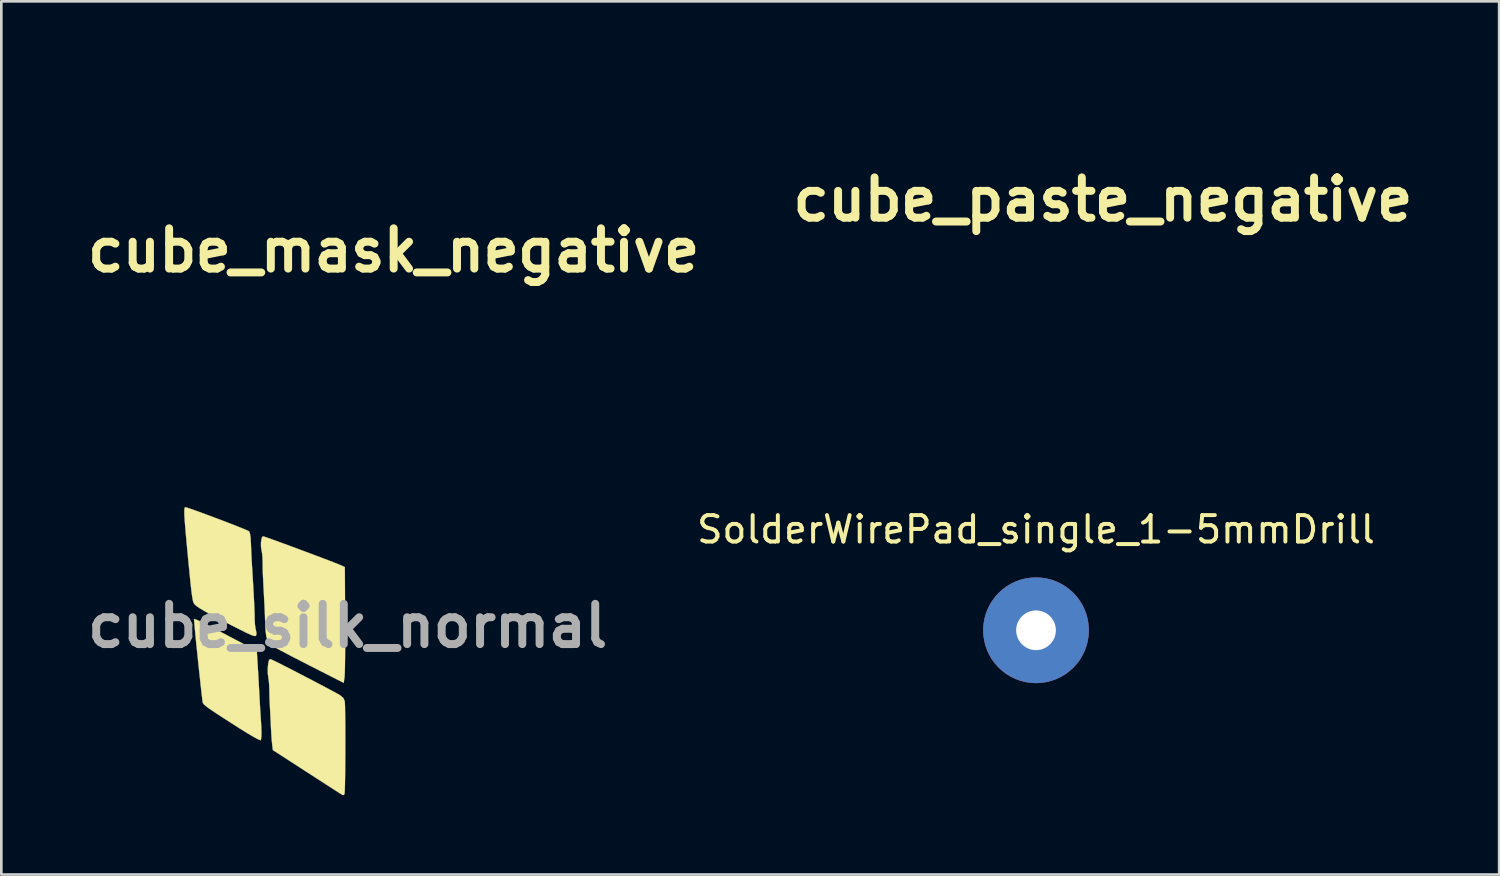
<source format=kicad_pcb>
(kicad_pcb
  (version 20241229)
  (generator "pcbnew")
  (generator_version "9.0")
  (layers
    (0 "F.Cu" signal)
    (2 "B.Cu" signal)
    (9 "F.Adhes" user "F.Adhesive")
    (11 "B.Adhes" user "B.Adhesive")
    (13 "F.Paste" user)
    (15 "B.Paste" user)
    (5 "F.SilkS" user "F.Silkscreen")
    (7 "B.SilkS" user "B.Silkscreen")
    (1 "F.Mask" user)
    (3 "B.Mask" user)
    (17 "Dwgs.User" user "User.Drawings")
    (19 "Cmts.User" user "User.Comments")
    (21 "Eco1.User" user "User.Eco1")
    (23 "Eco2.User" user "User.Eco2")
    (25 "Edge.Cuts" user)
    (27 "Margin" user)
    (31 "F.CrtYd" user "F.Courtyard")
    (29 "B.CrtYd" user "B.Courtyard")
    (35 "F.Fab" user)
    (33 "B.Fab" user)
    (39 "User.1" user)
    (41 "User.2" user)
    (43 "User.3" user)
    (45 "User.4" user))
  (footprint "cube_paste_negative"
    (layer "F.Cu")
    (at 34.845 4.492)
    (property "Reference" "cube_paste_negative" (at 3.81 0 0) (layer "F.SilkS") (effects (font (size 1.524 1.524) (thickness 0.3))))
    (attr through_hole)
    (fp_poly (pts (xy 3.329 2.022) (xy 3.316 2.343) (xy 3.297 2.713) (xy 3.275 3.097) (xy 3.252 3.462) (xy 3.238 3.663) (xy 3.219 3.928) (xy 3.202 4.169) (xy 3.189 4.371) (xy 3.18 4.52) (xy 3.176 4.601) (xy 3.176 4.605) (xy 3.163 4.647) (xy 3.12 4.7) (xy 3.039 4.771) (xy 2.912 4.866) (xy 2.73 4.992) (xy 2.485 5.154) (xy 2.445 5.18) (xy 2.148 5.373) (xy 1.85 5.566) (xy 1.559 5.753) (xy 1.285 5.928) (xy 1.037 6.085) (xy 0.824 6.218) (xy 0.656 6.322) (xy 0.54 6.391) (xy 0.489 6.418) (xy 0.463 6.404) (xy 0.442 6.333) (xy 0.424 6.196) (xy 0.409 5.986) (xy 0.398 5.733) (xy 0.39 5.415) (xy 0.387 5.049) (xy 0.387 4.656) (xy 0.391 4.253) (xy 0.399 3.859) (xy 0.41 3.493) (xy 0.418 3.304) (xy 0.445 2.734) (xy 0.699 2.59) (xy 0.815 2.526) (xy 0.993 2.431) (xy 1.218 2.313) (xy 1.478 2.177) (xy 1.759 2.031) (xy 2.047 1.882) (xy 2.33 1.736) (xy 2.593 1.601) (xy 2.824 1.484) (xy 3.009 1.391) (xy 3.135 1.329) (xy 3.15 1.322) (xy 3.358 1.225) (xy 3.329 2.022)) (stroke (width 0.01) (type solid)) (fill yes) (layer "F.Paste"))
    (fp_poly (pts (xy 6.13 -0.2) (xy 6.13 -0.141) (xy 6.122 -0.011) (xy 6.108 0.18) (xy 6.088 0.418) (xy 6.065 0.692) (xy 6.039 0.989) (xy 6.01 1.297) (xy 5.981 1.605) (xy 5.952 1.9) (xy 5.925 2.169) (xy 5.9 2.401) (xy 5.879 2.584) (xy 5.877 2.596) (xy 5.83 2.97) (xy 5.339 3.299) (xy 5.118 3.446) (xy 4.88 3.602) (xy 4.635 3.762) (xy 4.395 3.917) (xy 4.169 4.063) (xy 3.968 4.19) (xy 3.804 4.294) (xy 3.685 4.366) (xy 3.624 4.401) (xy 3.618 4.403) (xy 3.586 4.369) (xy 3.569 4.334) (xy 3.566 4.277) (xy 3.568 4.147) (xy 3.574 3.956) (xy 3.584 3.715) (xy 3.598 3.436) (xy 3.614 3.13) (xy 3.632 2.81) (xy 3.652 2.486) (xy 3.671 2.17) (xy 3.691 1.874) (xy 3.71 1.609) (xy 3.728 1.388) (xy 3.743 1.22) (xy 3.756 1.119) (xy 3.758 1.106) (xy 3.771 1.062) (xy 3.794 1.02) (xy 3.834 0.975) (xy 3.898 0.923) (xy 3.993 0.859) (xy 4.125 0.78) (xy 4.302 0.682) (xy 4.53 0.559) (xy 4.816 0.408) (xy 5.167 0.226) (xy 5.376 0.117) (xy 5.64 -0.018) (xy 5.838 -0.115) (xy 5.978 -0.178) (xy 6.068 -0.21) (xy 6.116 -0.214) (xy 6.13 -0.2)) (stroke (width 0.01) (type solid)) (fill yes) (layer "F.Paste"))
    (fp_poly (pts (xy 6.513 -4.463) (xy 6.518 -4.387) (xy 6.515 -4.254) (xy 6.504 -4.059) (xy 6.484 -3.796) (xy 6.456 -3.459) (xy 6.419 -3.045) (xy 6.415 -3.006) (xy 6.371 -2.528) (xy 6.334 -2.128) (xy 6.302 -1.798) (xy 6.276 -1.53) (xy 6.253 -1.319) (xy 6.233 -1.155) (xy 6.216 -1.033) (xy 6.199 -0.945) (xy 6.182 -0.885) (xy 6.164 -0.843) (xy 6.144 -0.815) (xy 6.122 -0.792) (xy 6.115 -0.785) (xy 6.056 -0.746) (xy 5.935 -0.676) (xy 5.764 -0.582) (xy 5.554 -0.469) (xy 5.318 -0.344) (xy 5.066 -0.212) (xy 4.811 -0.08) (xy 4.563 0.046) (xy 4.336 0.16) (xy 4.14 0.257) (xy 3.988 0.329) (xy 3.89 0.372) (xy 3.861 0.381) (xy 3.798 0.352) (xy 3.792 0.344) (xy 3.79 0.296) (xy 3.793 0.174) (xy 3.8 -0.012) (xy 3.81 -0.251) (xy 3.824 -0.532) (xy 3.84 -0.845) (xy 3.858 -1.18) (xy 3.878 -1.526) (xy 3.898 -1.872) (xy 3.918 -2.208) (xy 3.937 -2.523) (xy 3.956 -2.808) (xy 3.973 -3.051) (xy 3.987 -3.242) (xy 3.999 -3.37) (xy 4.005 -3.416) (xy 4.026 -3.487) (xy 4.067 -3.542) (xy 4.147 -3.594) (xy 4.283 -3.656) (xy 4.348 -3.684) (xy 4.535 -3.76) (xy 4.76 -3.849) (xy 5.012 -3.947) (xy 5.279 -4.049) (xy 5.547 -4.15) (xy 5.805 -4.246) (xy 6.039 -4.331) (xy 6.239 -4.403) (xy 6.39 -4.455) (xy 6.482 -4.483) (xy 6.501 -4.487) (xy 6.513 -4.463)) (stroke (width 0.01) (type solid)) (fill yes) (layer "F.Paste"))
    (fp_poly (pts (xy 3.596 -3.351) (xy 3.622 -3.286) (xy 3.626 -3.218) (xy 3.626 -3.077) (xy 3.621 -2.876) (xy 3.612 -2.625) (xy 3.6 -2.337) (xy 3.586 -2.024) (xy 3.57 -1.697) (xy 3.552 -1.368) (xy 3.533 -1.049) (xy 3.514 -0.752) (xy 3.496 -0.488) (xy 3.478 -0.271) (xy 3.469 -0.169) (xy 3.44 0.109) (xy 3.418 0.316) (xy 3.399 0.462) (xy 3.38 0.561) (xy 3.358 0.625) (xy 3.331 0.665) (xy 3.294 0.694) (xy 3.246 0.723) (xy 3.17 0.766) (xy 3.033 0.839) (xy 2.846 0.936) (xy 2.62 1.052) (xy 2.365 1.182) (xy 2.091 1.321) (xy 1.809 1.463) (xy 1.529 1.603) (xy 1.261 1.737) (xy 1.016 1.858) (xy 0.805 1.962) (xy 0.637 2.043) (xy 0.523 2.096) (xy 0.473 2.117) (xy 0.473 2.117) (xy 0.458 2.076) (xy 0.442 1.963) (xy 0.427 1.788) (xy 0.412 1.564) (xy 0.401 1.323) (xy 0.392 1.044) (xy 0.387 0.728) (xy 0.384 0.387) (xy 0.385 0.03) (xy 0.388 -0.333) (xy 0.393 -0.69) (xy 0.401 -1.033) (xy 0.41 -1.351) (xy 0.421 -1.634) (xy 0.434 -1.872) (xy 0.448 -2.053) (xy 0.463 -2.17) (xy 0.477 -2.21) (xy 0.542 -2.242) (xy 0.674 -2.298) (xy 0.863 -2.375) (xy 1.096 -2.468) (xy 1.363 -2.573) (xy 1.655 -2.687) (xy 1.958 -2.804) (xy 2.264 -2.92) (xy 2.561 -3.033) (xy 2.839 -3.136) (xy 3.085 -3.227) (xy 3.291 -3.302) (xy 3.445 -3.355) (xy 3.536 -3.383) (xy 3.554 -3.387) (xy 3.596 -3.351)) (stroke (width 0.01) (type solid)) (fill yes) (layer "F.Paste")))
  (footprint "SolderWirePad_single_1-5mmDrill"
    (layer "F.Cu")
    (at 36.124 20.782)
    (property "Reference" "SolderWirePad_single_1-5mmDrill" (at 0 -3.81 0) (layer "F.SilkS") (effects (font (size 1 1) (thickness 0.15))))
    (attr through_hole)
    (pad "1" thru_hole circle (at 0 0) (size 4 4) (drill 1.501) (layers "*.Cu" "*.Mask")))
  (footprint "cube_silk_normal"
    (layer "F.Cu")
    (at 10.095 20.616)
    (property "Reference" "cube_silk_normal" (at 0 0 0) (layer "F.Fab") (effects (font (size 1.524 1.524) (thickness 0.3))))
    (attr through_hole)
    (fp_poly (pts (xy -5.712 -0.232) (xy -5.639 -0.201) (xy -5.497 -0.131) (xy -5.289 -0.025) (xy -5.02 0.114) (xy -4.694 0.284) (xy -4.317 0.483) (xy -3.892 0.709) (xy -3.802 0.756) (xy -3.435 0.953) (xy -3.412 1.312) (xy -3.378 1.864) (xy -3.345 2.471) (xy -3.33 2.752) (xy -3.317 2.986) (xy -3.302 3.243) (xy -3.287 3.474) (xy -3.284 3.514) (xy -3.264 3.831) (xy -3.258 4.068) (xy -3.264 4.227) (xy -3.283 4.312) (xy -3.291 4.324) (xy -3.335 4.312) (xy -3.44 4.261) (xy -3.595 4.175) (xy -3.788 4.06) (xy -4.01 3.923) (xy -4.108 3.861) (xy -4.457 3.638) (xy -4.741 3.455) (xy -4.967 3.308) (xy -5.141 3.191) (xy -5.271 3.101) (xy -5.362 3.032) (xy -5.422 2.98) (xy -5.458 2.94) (xy -5.475 2.908) (xy -5.478 2.898) (xy -5.488 2.837) (xy -5.504 2.704) (xy -5.527 2.51) (xy -5.554 2.268) (xy -5.584 1.991) (xy -5.617 1.689) (xy -5.65 1.375) (xy -5.683 1.061) (xy -5.714 0.76) (xy -5.742 0.482) (xy -5.765 0.24) (xy -5.781 0.07) (xy -5.81 -0.263) (xy -5.712 -0.232)) (stroke (width 0.01) (type solid)) (fill yes) (layer "F.SilkS"))
    (fp_poly (pts (xy -3.148 -3.372) (xy -3.029 -3.332) (xy -2.854 -3.269) (xy -2.632 -3.189) (xy -2.374 -3.095) (xy -2.091 -2.99) (xy -1.795 -2.88) (xy -1.495 -2.768) (xy -1.204 -2.659) (xy -0.93 -2.556) (xy -0.687 -2.463) (xy -0.484 -2.384) (xy -0.332 -2.324) (xy -0.242 -2.287) (xy -0.233 -2.282) (xy -0.106 -2.221) (xy -0.095 -0.275) (xy -0.094 0.133) (xy -0.094 0.522) (xy -0.095 0.883) (xy -0.097 1.206) (xy -0.101 1.482) (xy -0.106 1.699) (xy -0.111 1.85) (xy -0.116 1.914) (xy -0.148 2.155) (xy -1.306 1.565) (xy -1.7 1.364) (xy -2.026 1.197) (xy -2.289 1.059) (xy -2.498 0.948) (xy -2.659 0.86) (xy -2.78 0.79) (xy -2.866 0.735) (xy -2.926 0.69) (xy -2.967 0.653) (xy -2.972 0.647) (xy -3.032 0.548) (xy -3.074 0.402) (xy -3.102 0.195) (xy -3.117 -0.082) (xy -3.118 -0.106) (xy -3.125 -0.34) (xy -3.136 -0.606) (xy -3.147 -0.851) (xy -3.149 -0.878) (xy -3.169 -1.241) (xy -3.184 -1.532) (xy -3.195 -1.761) (xy -3.204 -1.943) (xy -3.209 -2.088) (xy -3.212 -2.208) (xy -3.213 -2.316) (xy -3.213 -2.401) (xy -3.219 -2.58) (xy -3.235 -2.748) (xy -3.256 -2.862) (xy -3.276 -2.991) (xy -3.278 -3.132) (xy -3.262 -3.262) (xy -3.233 -3.355) (xy -3.197 -3.387) (xy -3.148 -3.372)) (stroke (width 0.01) (type solid)) (fill yes) (layer "F.SilkS"))
    (fp_poly (pts (xy -2.909 1.261) (xy -2.858 1.283) (xy -2.742 1.339) (xy -2.573 1.423) (xy -2.361 1.53) (xy -2.117 1.655) (xy -1.852 1.792) (xy -1.576 1.935) (xy -1.301 2.078) (xy -1.037 2.217) (xy -0.794 2.346) (xy -0.583 2.458) (xy -0.416 2.549) (xy -0.302 2.613) (xy -0.291 2.62) (xy -0.164 2.726) (xy -0.111 2.843) (xy -0.104 2.918) (xy -0.099 3.064) (xy -0.095 3.269) (xy -0.091 3.524) (xy -0.089 3.816) (xy -0.088 4.135) (xy -0.088 4.469) (xy -0.089 4.807) (xy -0.091 5.138) (xy -0.093 5.451) (xy -0.097 5.735) (xy -0.101 5.978) (xy -0.107 6.17) (xy -0.113 6.299) (xy -0.119 6.354) (xy -0.147 6.397) (xy -0.193 6.391) (xy -0.257 6.354) (xy -0.318 6.316) (xy -0.441 6.237) (xy -0.616 6.124) (xy -0.836 5.983) (xy -1.09 5.819) (xy -1.37 5.638) (xy -1.596 5.492) (xy -2.826 4.697) (xy -2.854 4.476) (xy -2.869 4.33) (xy -2.883 4.135) (xy -2.895 3.924) (xy -2.899 3.852) (xy -2.91 3.614) (xy -2.923 3.348) (xy -2.936 3.107) (xy -2.938 3.069) (xy -2.949 2.854) (xy -2.957 2.629) (xy -2.96 2.438) (xy -2.96 2.408) (xy -2.967 2.227) (xy -2.984 2.048) (xy -3.001 1.943) (xy -3.019 1.793) (xy -3.02 1.61) (xy -3.012 1.503) (xy -2.992 1.36) (xy -2.968 1.285) (xy -2.932 1.26) (xy -2.909 1.261)) (stroke (width 0.01) (type solid)) (fill yes) (layer "F.SilkS"))
    (fp_poly (pts (xy -6.078 -4.473) (xy -5.954 -4.432) (xy -5.776 -4.369) (xy -5.557 -4.29) (xy -5.308 -4.198) (xy -5.042 -4.098) (xy -4.771 -3.996) (xy -4.507 -3.895) (xy -4.263 -3.8) (xy -4.051 -3.716) (xy -3.883 -3.647) (xy -3.772 -3.599) (xy -3.73 -3.577) (xy -3.695 -3.499) (xy -3.671 -3.344) (xy -3.658 -3.125) (xy -3.649 -2.896) (xy -3.638 -2.647) (xy -3.626 -2.427) (xy -3.624 -2.392) (xy -3.594 -1.908) (xy -3.57 -1.502) (xy -3.551 -1.163) (xy -3.537 -0.885) (xy -3.527 -0.66) (xy -3.52 -0.479) (xy -3.517 -0.334) (xy -3.516 -0.259) (xy -3.509 -0.09) (xy -3.49 0.067) (xy -3.47 0.152) (xy -3.446 0.289) (xy -3.462 0.363) (xy -3.483 0.382) (xy -3.523 0.383) (xy -3.591 0.364) (xy -3.697 0.321) (xy -3.849 0.25) (xy -4.057 0.147) (xy -4.329 0.009) (xy -4.365 -0.009) (xy -4.734 -0.199) (xy -5.035 -0.355) (xy -5.275 -0.483) (xy -5.46 -0.586) (xy -5.599 -0.67) (xy -5.699 -0.738) (xy -5.766 -0.794) (xy -5.808 -0.844) (xy -5.833 -0.892) (xy -5.839 -0.908) (xy -5.854 -0.969) (xy -5.87 -1.056) (xy -5.888 -1.176) (xy -5.909 -1.337) (xy -5.932 -1.546) (xy -5.96 -1.811) (xy -5.992 -2.138) (xy -6.031 -2.534) (xy -6.075 -3.006) (xy -6.112 -3.406) (xy -6.14 -3.729) (xy -6.16 -3.983) (xy -6.172 -4.176) (xy -6.176 -4.315) (xy -6.173 -4.408) (xy -6.163 -4.462) (xy -6.146 -4.485) (xy -6.136 -4.487) (xy -6.078 -4.473)) (stroke (width 0.01) (type solid)) (fill yes) (layer "F.SilkS")))
  (footprint "cube_mask_negative"
    (layer "F.Cu")
    (at 10.566 6.417)
    (property "Reference" "cube_mask_negative" (at 1.27 0 0) (layer "F.SilkS") (effects (font (size 1.524 1.524) (thickness 0.3))))
    (attr through_hole)
    (fp_poly (pts (xy 0.642 -6.295) (xy 0.821 -6.251) (xy 1.064 -6.19) (xy 1.352 -6.118) (xy 1.667 -6.038) (xy 1.99 -5.955) (xy 2.18 -5.907) (xy 2.523 -5.82) (xy 2.89 -5.728) (xy 3.258 -5.638) (xy 3.602 -5.554) (xy 3.898 -5.484) (xy 4 -5.461) (xy 4.334 -5.383) (xy 4.679 -5.3) (xy 5.024 -5.215) (xy 5.36 -5.13) (xy 5.676 -5.048) (xy 5.961 -4.971) (xy 6.205 -4.903) (xy 6.398 -4.847) (xy 6.53 -4.804) (xy 6.589 -4.778) (xy 6.628 -4.706) (xy 6.646 -4.594) (xy 6.646 -4.582) (xy 6.642 -4.5) (xy 6.63 -4.347) (xy 6.611 -4.131) (xy 6.587 -3.865) (xy 6.558 -3.56) (xy 6.525 -3.227) (xy 6.491 -2.877) (xy 6.455 -2.522) (xy 6.419 -2.174) (xy 6.384 -1.842) (xy 6.352 -1.539) (xy 6.323 -1.275) (xy 6.299 -1.063) (xy 6.288 -0.974) (xy 6.265 -0.778) (xy 6.239 -0.521) (xy 6.212 -0.223) (xy 6.185 0.093) (xy 6.16 0.406) (xy 6.157 0.445) (xy 6.124 0.879) (xy 6.089 1.297) (xy 6.054 1.688) (xy 6.019 2.044) (xy 5.986 2.358) (xy 5.955 2.619) (xy 5.927 2.819) (xy 5.903 2.951) (xy 5.888 2.998) (xy 5.875 3.018) (xy 5.852 3.042) (xy 5.814 3.075) (xy 5.757 3.119) (xy 5.675 3.178) (xy 5.565 3.254) (xy 5.42 3.352) (xy 5.238 3.473) (xy 5.012 3.621) (xy 4.738 3.8) (xy 4.412 4.012) (xy 4.029 4.261) (xy 3.583 4.55) (xy 3.111 4.856) (xy 2.603 5.184) (xy 2.161 5.47) (xy 1.78 5.716) (xy 1.455 5.926) (xy 1.181 6.101) (xy 0.953 6.246) (xy 0.767 6.364) (xy 0.617 6.457) (xy 0.498 6.529) (xy 0.406 6.583) (xy 0.335 6.622) (xy 0.281 6.649) (xy 0.248 6.664) (xy 0.156 6.699) (xy 0.088 6.701) (xy 0.015 6.666) (xy -0.091 6.59) (xy -0.173 6.531) (xy -0.317 6.434) (xy -0.511 6.304) (xy -0.744 6.149) (xy -1.007 5.976) (xy -1.289 5.79) (xy -1.58 5.6) (xy -1.868 5.412) (xy -2.144 5.233) (xy -2.398 5.069) (xy -2.618 4.928) (xy -2.795 4.816) (xy -2.917 4.741) (xy -2.937 4.729) (xy -3.038 4.667) (xy -3.196 4.566) (xy -3.398 4.435) (xy -3.63 4.283) (xy -3.88 4.118) (xy -4.028 4.02) (xy -4.285 3.849) (xy -4.534 3.685) (xy -4.762 3.536) (xy -4.954 3.41) (xy -5.098 3.318) (xy -5.152 3.285) (xy -5.328 3.172) (xy -5.444 3.078) (xy -5.516 2.985) (xy -5.559 2.872) (xy -5.587 2.726) (xy -5.606 2.585) (xy -5.63 2.374) (xy -5.658 2.109) (xy -5.689 1.802) (xy -5.721 1.47) (xy -5.753 1.127) (xy -5.783 0.787) (xy -5.81 0.465) (xy -5.834 0.175) (xy -5.851 -0.06) (xy -5.797 -0.06) (xy -5.792 0.074) (xy -5.78 0.256) (xy -5.76 0.489) (xy -5.732 0.782) (xy -5.695 1.139) (xy -5.649 1.567) (xy -5.594 2.073) (xy -5.585 2.159) (xy -5.55 2.457) (xy -5.519 2.681) (xy -5.491 2.84) (xy -5.464 2.944) (xy -5.435 3.003) (xy -5.427 3.013) (xy -5.369 3.057) (xy -5.254 3.137) (xy -5.092 3.246) (xy -4.894 3.377) (xy -4.671 3.521) (xy -4.434 3.674) (xy -4.195 3.826) (xy -3.964 3.973) (xy -3.752 4.105) (xy -3.57 4.217) (xy -3.43 4.301) (xy -3.341 4.35) (xy -3.317 4.36) (xy -3.278 4.323) (xy -3.247 4.233) (xy -3.245 4.223) (xy -3.242 4.147) (xy -3.244 3.998) (xy -3.251 3.788) (xy -3.263 3.529) (xy -3.279 3.233) (xy -3.299 2.91) (xy -3.307 2.794) (xy -3.329 2.457) (xy -3.349 2.134) (xy -3.367 1.839) (xy -3.379 1.643) (xy -3.024 1.643) (xy -3.02 1.897) (xy -3.008 2.221) (xy -2.988 2.62) (xy -2.964 3.027) (xy -2.937 3.447) (xy -2.915 3.791) (xy -2.896 4.067) (xy -2.879 4.282) (xy -2.862 4.446) (xy -2.845 4.566) (xy -2.827 4.65) (xy -2.806 4.706) (xy -2.781 4.743) (xy -2.751 4.768) (xy -2.716 4.79) (xy -2.655 4.828) (xy -2.531 4.907) (xy -2.355 5.019) (xy -2.135 5.161) (xy -1.88 5.324) (xy -1.6 5.505) (xy -1.382 5.646) (xy -1.093 5.831) (xy -0.827 6.001) (xy -0.591 6.151) (xy -0.394 6.274) (xy -0.245 6.365) (xy -0.151 6.421) (xy -0.122 6.435) (xy -0.114 6.394) (xy -0.106 6.276) (xy -0.1 6.089) (xy -0.094 5.842) (xy -0.09 5.542) (xy -0.086 5.196) (xy -0.085 4.814) (xy -0.085 4.619) (xy -0.085 4.177) (xy -0.086 3.812) (xy -0.088 3.515) (xy -0.091 3.281) (xy -0.095 3.1) (xy -0.102 2.964) (xy -0.11 2.867) (xy -0.121 2.8) (xy -0.135 2.755) (xy -0.152 2.726) (xy -0.159 2.717) (xy -0.227 2.66) (xy -0.35 2.578) (xy -0.507 2.482) (xy -0.614 2.422) (xy -0.813 2.315) (xy -1.048 2.19) (xy -1.306 2.055) (xy -1.577 1.914) (xy -1.851 1.772) (xy -2.117 1.637) (xy -2.364 1.512) (xy -2.581 1.403) (xy -2.758 1.316) (xy -2.884 1.256) (xy -2.949 1.229) (xy -2.953 1.228) (xy -2.984 1.251) (xy -3.006 1.325) (xy -3.019 1.454) (xy -3.024 1.643) (xy -3.379 1.643) (xy -3.382 1.584) (xy -3.393 1.384) (xy -3.399 1.251) (xy -3.4 1.228) (xy -3.408 0.954) (xy -3.747 0.77) (xy -3.991 0.638) (xy -4.255 0.498) (xy -4.527 0.356) (xy -4.796 0.216) (xy -5.052 0.085) (xy -5.284 -0.032) (xy -5.48 -0.13) (xy -5.631 -0.203) (xy -5.725 -0.245) (xy -5.75 -0.254) (xy -5.771 -0.245) (xy -5.786 -0.214) (xy -5.794 -0.154) (xy -5.797 -0.06) (xy -5.851 -0.06) (xy -5.851 -0.067) (xy -5.862 -0.247) (xy -5.863 -0.275) (xy -5.876 -0.486) (xy -5.894 -0.693) (xy -5.914 -0.863) (xy -5.924 -0.919) (xy -5.939 -1.02) (xy -5.96 -1.191) (xy -5.986 -1.42) (xy -6.015 -1.692) (xy -6.045 -1.993) (xy -6.074 -2.295) (xy -6.106 -2.637) (xy -6.14 -2.988) (xy -6.173 -3.326) (xy -6.204 -3.633) (xy -6.231 -3.889) (xy -6.247 -4.033) (xy -6.275 -4.301) (xy -6.285 -4.442) (xy -6.201 -4.442) (xy -6.195 -4.321) (xy -6.182 -4.137) (xy -6.165 -3.903) (xy -6.143 -3.628) (xy -6.117 -3.325) (xy -6.089 -3.005) (xy -6.06 -2.677) (xy -6.03 -2.355) (xy -6.001 -2.048) (xy -5.973 -1.768) (xy -5.948 -1.527) (xy -5.926 -1.334) (xy -5.925 -1.322) (xy -5.895 -1.101) (xy -5.861 -0.945) (xy -5.812 -0.833) (xy -5.737 -0.747) (xy -5.624 -0.665) (xy -5.516 -0.601) (xy -5.388 -0.529) (xy -5.214 -0.434) (xy -5.004 -0.323) (xy -4.771 -0.201) (xy -4.527 -0.075) (xy -4.285 0.049) (xy -4.056 0.165) (xy -3.852 0.267) (xy -3.687 0.348) (xy -3.571 0.402) (xy -3.516 0.423) (xy -3.515 0.423) (xy -3.459 0.395) (xy -3.457 0.392) (xy -3.454 0.34) (xy -3.456 0.215) (xy -3.463 0.027) (xy -3.474 -0.216) (xy -3.488 -0.501) (xy -3.506 -0.82) (xy -3.525 -1.161) (xy -3.547 -1.516) (xy -3.569 -1.872) (xy -3.592 -2.221) (xy -3.614 -2.552) (xy -3.636 -2.855) (xy -3.653 -3.079) (xy -3.274 -3.079) (xy -3.273 -2.884) (xy -3.266 -2.63) (xy -3.253 -2.311) (xy -3.235 -1.92) (xy -3.216 -1.537) (xy -3.196 -1.153) (xy -3.175 -0.787) (xy -3.154 -0.451) (xy -3.134 -0.153) (xy -3.115 0.094) (xy -3.098 0.282) (xy -3.084 0.398) (xy -3.081 0.418) (xy -3.046 0.552) (xy -2.999 0.641) (xy -2.916 0.717) (xy -2.814 0.786) (xy -2.733 0.833) (xy -2.593 0.91) (xy -2.405 1.011) (xy -2.179 1.131) (xy -1.925 1.264) (xy -1.655 1.405) (xy -1.379 1.548) (xy -1.107 1.688) (xy -0.85 1.82) (xy -0.619 1.937) (xy -0.424 2.035) (xy -0.276 2.108) (xy -0.185 2.15) (xy -0.162 2.158) (xy -0.128 2.124) (xy -0.112 2.085) (xy -0.104 2.016) (xy -0.096 1.873) (xy -0.088 1.666) (xy -0.081 1.408) (xy -0.075 1.109) (xy -0.069 0.779) (xy -0.063 0.43) (xy -0.059 0.072) (xy -0.056 -0.284) (xy -0.054 -0.627) (xy -0.054 -0.946) (xy -0.054 -1.23) (xy -0.057 -1.468) (xy -0.061 -1.65) (xy -0.065 -1.729) (xy -0.078 -1.947) (xy -0.091 -2.095) (xy -0.107 -2.189) (xy -0.129 -2.243) (xy -0.162 -2.274) (xy -0.207 -2.295) (xy -0.272 -2.32) (xy -0.406 -2.371) (xy -0.599 -2.444) (xy -0.842 -2.536) (xy -1.124 -2.643) (xy -1.435 -2.761) (xy -1.693 -2.858) (xy -2.018 -2.981) (xy -2.32 -3.095) (xy -2.589 -3.197) (xy -2.815 -3.282) (xy -2.989 -3.348) (xy -3.101 -3.391) (xy -3.14 -3.406) (xy -3.18 -3.418) (xy -3.213 -3.413) (xy -3.239 -3.383) (xy -3.257 -3.322) (xy -3.269 -3.223) (xy -3.274 -3.079) (xy -3.653 -3.079) (xy -3.656 -3.119) (xy -3.674 -3.334) (xy -3.689 -3.491) (xy -3.701 -3.579) (xy -3.705 -3.594) (xy -3.759 -3.622) (xy -3.883 -3.675) (xy -4.068 -3.75) (xy -4.306 -3.842) (xy -4.586 -3.948) (xy -4.901 -4.066) (xy -5.24 -4.19) (xy -5.595 -4.318) (xy -5.661 -4.342) (xy -5.855 -4.408) (xy -6.02 -4.458) (xy -6.139 -4.488) (xy -6.197 -4.493) (xy -6.2 -4.49) (xy -6.201 -4.442) (xy -6.285 -4.442) (xy -6.289 -4.497) (xy -6.288 -4.635) (xy -6.27 -4.727) (xy -6.236 -4.786) (xy -6.185 -4.824) (xy -6.128 -4.843) (xy -5.998 -4.879) (xy -5.806 -4.93) (xy -5.561 -4.993) (xy -5.273 -5.066) (xy -4.951 -5.147) (xy -4.632 -5.225) (xy -4.226 -5.325) (xy -3.76 -5.44) (xy -3.258 -5.563) (xy -2.742 -5.691) (xy -2.235 -5.816) (xy -1.76 -5.934) (xy -1.496 -6) (xy 0.162 -6.412) (xy 0.642 -6.295)) (stroke (width 0.01) (type solid)) (fill yes) (layer "F.Mask")))
  (gr_rect
    (start -3 -3)
    (end 53.636 30.018)
    (stroke (width 0.1) (type default))
    (fill no)
    (layer "Edge.Cuts")))
</source>
